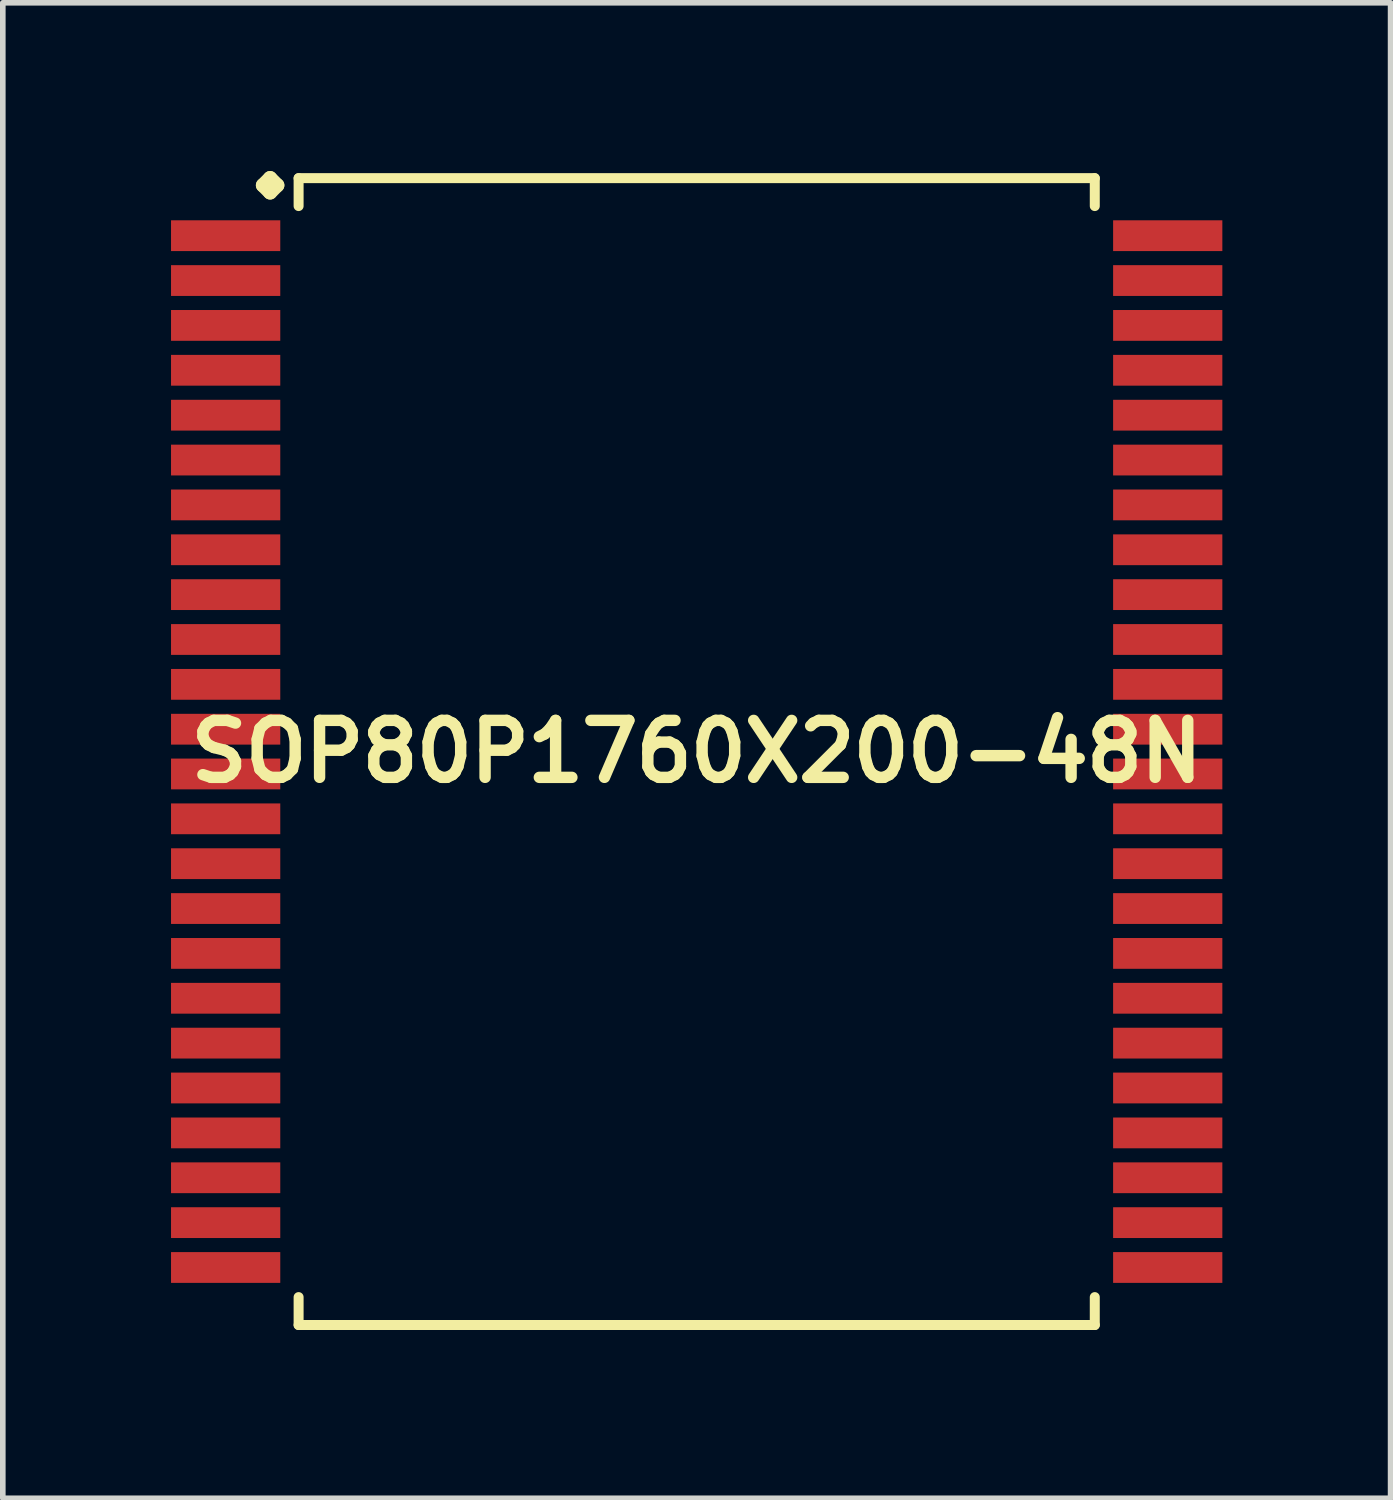
<source format=kicad_pcb>
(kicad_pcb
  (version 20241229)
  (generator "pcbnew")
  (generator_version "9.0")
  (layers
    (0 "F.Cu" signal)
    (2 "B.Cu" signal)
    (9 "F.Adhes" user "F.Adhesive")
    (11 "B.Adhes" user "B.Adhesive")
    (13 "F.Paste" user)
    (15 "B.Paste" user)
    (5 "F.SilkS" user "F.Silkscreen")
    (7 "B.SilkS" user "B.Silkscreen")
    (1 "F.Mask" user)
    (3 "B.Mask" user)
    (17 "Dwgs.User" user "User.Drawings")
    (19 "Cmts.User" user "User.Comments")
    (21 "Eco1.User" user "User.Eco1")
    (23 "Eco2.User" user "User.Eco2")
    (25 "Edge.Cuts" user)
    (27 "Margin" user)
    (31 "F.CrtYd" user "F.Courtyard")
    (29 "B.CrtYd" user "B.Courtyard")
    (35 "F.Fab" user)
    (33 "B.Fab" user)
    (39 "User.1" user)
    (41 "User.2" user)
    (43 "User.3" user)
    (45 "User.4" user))
  (footprint "SOP80P1760X200-48N"
    (layer "F.Cu")
    (at 9.374 10.353)
    (property "Reference" "SOP80P1760X200-48N" (at 0 0 0) (layer "F.SilkS") (effects (font (size 1.016 1.016) (thickness 0.203))))
    (attr smd)
    (fp_line (start -7.734 -10.099) (end -7.607 -10.226) (stroke (width 0.254) (type solid)) (layer "F.SilkS"))
    (fp_line (start -7.607 -10.226) (end -7.48 -10.099) (stroke (width 0.254) (type solid)) (layer "F.SilkS"))
    (fp_line (start -7.607 -9.972) (end -7.734 -10.099) (stroke (width 0.254) (type solid)) (layer "F.SilkS"))
    (fp_line (start -7.48 -10.099) (end -7.607 -9.972) (stroke (width 0.254) (type solid)) (layer "F.SilkS"))
    (fp_line (start -7.099 -10.226) (end 7.099 -10.226) (stroke (width 0.178) (type solid)) (layer "F.SilkS"))
    (fp_line (start -7.099 -9.728) (end -7.099 -10.226) (stroke (width 0.178) (type solid)) (layer "F.SilkS"))
    (fp_line (start -7.099 9.728) (end -7.099 10.226) (stroke (width 0.178) (type solid)) (layer "F.SilkS"))
    (fp_line (start -7.099 10.226) (end 7.099 10.226) (stroke (width 0.178) (type solid)) (layer "F.SilkS"))
    (fp_line (start 7.099 -10.226) (end 7.099 -9.728) (stroke (width 0.178) (type solid)) (layer "F.SilkS"))
    (fp_line (start 7.099 10.226) (end 7.099 9.728) (stroke (width 0.178) (type solid)) (layer "F.SilkS"))
    (pad "1" smd rect (at -8.4 -9.2) (size 1.948 0.549) (layers "F.Cu" "F.Mask" "F.Paste"))
    (pad "2" smd rect (at -8.4 -8.4) (size 1.948 0.549) (layers "F.Cu" "F.Mask" "F.Paste"))
    (pad "3" smd rect (at -8.4 -7.6) (size 1.948 0.549) (layers "F.Cu" "F.Mask" "F.Paste"))
    (pad "4" smd rect (at -8.4 -6.8) (size 1.948 0.549) (layers "F.Cu" "F.Mask" "F.Paste"))
    (pad "5" smd rect (at -8.4 -5.999) (size 1.948 0.549) (layers "F.Cu" "F.Mask" "F.Paste"))
    (pad "6" smd rect (at -8.4 -5.199) (size 1.948 0.549) (layers "F.Cu" "F.Mask" "F.Paste"))
    (pad "7" smd rect (at -8.4 -4.399) (size 1.948 0.549) (layers "F.Cu" "F.Mask" "F.Paste"))
    (pad "8" smd rect (at -8.4 -3.599) (size 1.948 0.549) (layers "F.Cu" "F.Mask" "F.Paste"))
    (pad "9" smd rect (at -8.4 -2.799) (size 1.948 0.549) (layers "F.Cu" "F.Mask" "F.Paste"))
    (pad "10" smd rect (at -8.4 -1.999) (size 1.948 0.549) (layers "F.Cu" "F.Mask" "F.Paste"))
    (pad "11" smd rect (at -8.4 -1.199) (size 1.948 0.549) (layers "F.Cu" "F.Mask" "F.Paste"))
    (pad "12" smd rect (at -8.4 -0.399) (size 1.948 0.549) (layers "F.Cu" "F.Mask" "F.Paste"))
    (pad "13" smd rect (at -8.4 0.399) (size 1.948 0.549) (layers "F.Cu" "F.Mask" "F.Paste"))
    (pad "14" smd rect (at -8.4 1.199) (size 1.948 0.549) (layers "F.Cu" "F.Mask" "F.Paste"))
    (pad "15" smd rect (at -8.4 1.999) (size 1.948 0.549) (layers "F.Cu" "F.Mask" "F.Paste"))
    (pad "16" smd rect (at -8.4 2.799) (size 1.948 0.549) (layers "F.Cu" "F.Mask" "F.Paste"))
    (pad "17" smd rect (at -8.4 3.599) (size 1.948 0.549) (layers "F.Cu" "F.Mask" "F.Paste"))
    (pad "18" smd rect (at -8.4 4.399) (size 1.948 0.549) (layers "F.Cu" "F.Mask" "F.Paste"))
    (pad "19" smd rect (at -8.4 5.199) (size 1.948 0.549) (layers "F.Cu" "F.Mask" "F.Paste"))
    (pad "20" smd rect (at -8.4 5.999) (size 1.948 0.549) (layers "F.Cu" "F.Mask" "F.Paste"))
    (pad "21" smd rect (at -8.4 6.8) (size 1.948 0.549) (layers "F.Cu" "F.Mask" "F.Paste"))
    (pad "22" smd rect (at -8.4 7.6) (size 1.948 0.549) (layers "F.Cu" "F.Mask" "F.Paste"))
    (pad "23" smd rect (at -8.4 8.4) (size 1.948 0.549) (layers "F.Cu" "F.Mask" "F.Paste"))
    (pad "24" smd rect (at -8.4 9.2) (size 1.948 0.549) (layers "F.Cu" "F.Mask" "F.Paste"))
    (pad "25" smd rect (at 8.4 9.2) (size 1.948 0.549) (layers "F.Cu" "F.Mask" "F.Paste"))
    (pad "26" smd rect (at 8.4 8.4) (size 1.948 0.549) (layers "F.Cu" "F.Mask" "F.Paste"))
    (pad "27" smd rect (at 8.4 7.6) (size 1.948 0.549) (layers "F.Cu" "F.Mask" "F.Paste"))
    (pad "28" smd rect (at 8.4 6.8) (size 1.948 0.549) (layers "F.Cu" "F.Mask" "F.Paste"))
    (pad "29" smd rect (at 8.4 5.999) (size 1.948 0.549) (layers "F.Cu" "F.Mask" "F.Paste"))
    (pad "30" smd rect (at 8.4 5.199) (size 1.948 0.549) (layers "F.Cu" "F.Mask" "F.Paste"))
    (pad "31" smd rect (at 8.4 4.399) (size 1.948 0.549) (layers "F.Cu" "F.Mask" "F.Paste"))
    (pad "32" smd rect (at 8.4 3.599) (size 1.948 0.549) (layers "F.Cu" "F.Mask" "F.Paste"))
    (pad "33" smd rect (at 8.4 2.799) (size 1.948 0.549) (layers "F.Cu" "F.Mask" "F.Paste"))
    (pad "34" smd rect (at 8.4 1.999) (size 1.948 0.549) (layers "F.Cu" "F.Mask" "F.Paste"))
    (pad "35" smd rect (at 8.4 1.199) (size 1.948 0.549) (layers "F.Cu" "F.Mask" "F.Paste"))
    (pad "36" smd rect (at 8.4 0.399) (size 1.948 0.549) (layers "F.Cu" "F.Mask" "F.Paste"))
    (pad "37" smd rect (at 8.4 -0.399) (size 1.948 0.549) (layers "F.Cu" "F.Mask" "F.Paste"))
    (pad "38" smd rect (at 8.4 -1.199) (size 1.948 0.549) (layers "F.Cu" "F.Mask" "F.Paste"))
    (pad "39" smd rect (at 8.4 -1.999) (size 1.948 0.549) (layers "F.Cu" "F.Mask" "F.Paste"))
    (pad "40" smd rect (at 8.4 -2.799) (size 1.948 0.549) (layers "F.Cu" "F.Mask" "F.Paste"))
    (pad "41" smd rect (at 8.4 -3.599) (size 1.948 0.549) (layers "F.Cu" "F.Mask" "F.Paste"))
    (pad "42" smd rect (at 8.4 -4.399) (size 1.948 0.549) (layers "F.Cu" "F.Mask" "F.Paste"))
    (pad "43" smd rect (at 8.4 -5.199) (size 1.948 0.549) (layers "F.Cu" "F.Mask" "F.Paste"))
    (pad "44" smd rect (at 8.4 -5.999) (size 1.948 0.549) (layers "F.Cu" "F.Mask" "F.Paste"))
    (pad "45" smd rect (at 8.4 -6.8) (size 1.948 0.549) (layers "F.Cu" "F.Mask" "F.Paste"))
    (pad "46" smd rect (at 8.4 -7.6) (size 1.948 0.549) (layers "F.Cu" "F.Mask" "F.Paste"))
    (pad "47" smd rect (at 8.4 -8.4) (size 1.948 0.549) (layers "F.Cu" "F.Mask" "F.Paste"))
    (pad "48" smd rect (at 8.4 -9.2) (size 1.948 0.549) (layers "F.Cu" "F.Mask" "F.Paste")))
  (gr_rect
    (start -3 -3)
    (end 21.748 23.668)
    (stroke (width 0.1) (type default))
    (fill no)
    (layer "Edge.Cuts")))
</source>
